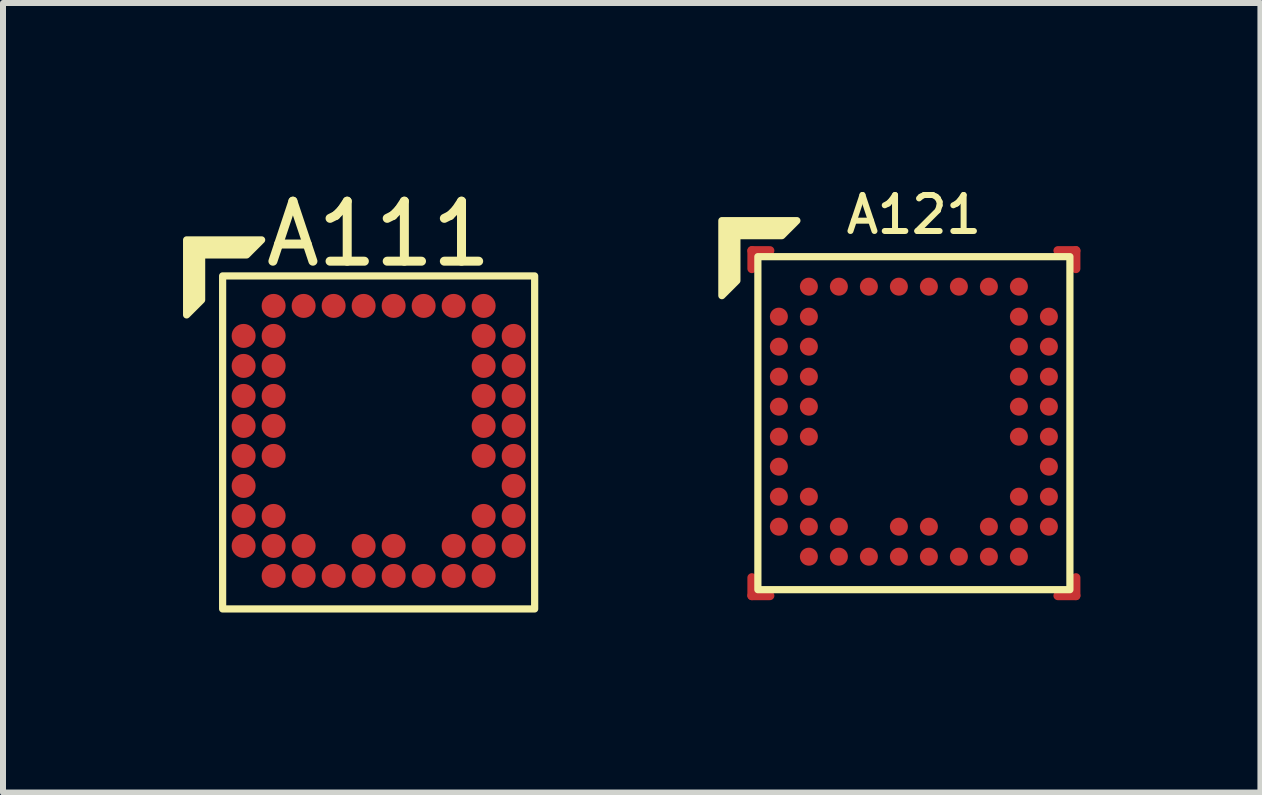
<source format=kicad_pcb>
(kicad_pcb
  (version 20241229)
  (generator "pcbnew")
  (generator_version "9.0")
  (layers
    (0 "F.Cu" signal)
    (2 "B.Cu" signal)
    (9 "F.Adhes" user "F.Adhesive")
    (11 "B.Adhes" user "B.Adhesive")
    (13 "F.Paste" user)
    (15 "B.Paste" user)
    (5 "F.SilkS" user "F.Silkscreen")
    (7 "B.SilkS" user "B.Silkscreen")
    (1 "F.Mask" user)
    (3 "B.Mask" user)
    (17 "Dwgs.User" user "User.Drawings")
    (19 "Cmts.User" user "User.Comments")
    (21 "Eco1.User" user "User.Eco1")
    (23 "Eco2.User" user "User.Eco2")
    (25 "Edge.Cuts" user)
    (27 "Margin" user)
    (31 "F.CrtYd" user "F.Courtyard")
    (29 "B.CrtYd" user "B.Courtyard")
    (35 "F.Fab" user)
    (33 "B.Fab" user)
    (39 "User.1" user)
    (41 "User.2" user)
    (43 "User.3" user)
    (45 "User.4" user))
  (footprint "A111"
    (layer "F.Cu")
    (at 3.26 4.298)
    (property "Reference" "A111" (at 0 -3.45 0) (unlocked yes) (layer "F.SilkS") (effects (font (size 1 1) (thickness 0.15))))
    (attr smd)
    (fp_rect (start -2.6 -2.75) (end 2.6 2.8) (stroke (width 0.12) (type solid)) (fill no) (layer "F.SilkS"))
    (fp_poly (pts (xy -2.2 -3.1) (xy -2.95 -3.1) (xy -2.95 -2.35) (xy -3.2 -2.1) (xy -3.2 -3.35) (xy -1.95 -3.35)) (stroke (width 0.12) (type solid)) (fill yes) (layer "F.SilkS"))
    (pad "A2" smd circle (at -1.75 -2.25) (size 0.4 0.4) (layers "F.Cu" "F.Mask" "F.Paste"))
    (pad "A3" smd circle (at -1.25 -2.25) (size 0.4 0.4) (layers "F.Cu" "F.Mask" "F.Paste"))
    (pad "A4" smd circle (at -0.75 -2.25) (size 0.4 0.4) (layers "F.Cu" "F.Mask" "F.Paste"))
    (pad "A5" smd circle (at -0.25 -2.25) (size 0.4 0.4) (layers "F.Cu" "F.Mask" "F.Paste"))
    (pad "A6" smd circle (at 0.25 -2.25) (size 0.4 0.4) (layers "F.Cu" "F.Mask" "F.Paste"))
    (pad "A7" smd circle (at 0.75 -2.25) (size 0.4 0.4) (layers "F.Cu" "F.Mask" "F.Paste"))
    (pad "A8" smd circle (at 1.25 -2.25) (size 0.4 0.4) (layers "F.Cu" "F.Mask" "F.Paste"))
    (pad "A9" smd circle (at 1.75 -2.25) (size 0.4 0.4) (layers "F.Cu" "F.Mask" "F.Paste"))
    (pad "B1" smd circle (at -2.25 -1.75) (size 0.4 0.4) (layers "F.Cu" "F.Mask" "F.Paste"))
    (pad "B2" smd circle (at -1.75 -1.75) (size 0.4 0.4) (layers "F.Cu" "F.Mask" "F.Paste"))
    (pad "B9" smd circle (at 1.75 -1.75) (size 0.4 0.4) (layers "F.Cu" "F.Mask" "F.Paste"))
    (pad "B10" smd circle (at 2.25 -1.75) (size 0.4 0.4) (layers "F.Cu" "F.Mask" "F.Paste"))
    (pad "C1" smd circle (at -2.25 -1.25) (size 0.4 0.4) (layers "F.Cu" "F.Mask" "F.Paste"))
    (pad "C2" smd circle (at -1.75 -1.25) (size 0.4 0.4) (layers "F.Cu" "F.Mask" "F.Paste"))
    (pad "C9" smd circle (at 1.75 -1.25) (size 0.4 0.4) (layers "F.Cu" "F.Mask" "F.Paste"))
    (pad "C10" smd circle (at 2.25 -1.25) (size 0.4 0.4) (layers "F.Cu" "F.Mask" "F.Paste"))
    (pad "D1" smd circle (at -2.25 -0.75) (size 0.4 0.4) (layers "F.Cu" "F.Mask" "F.Paste"))
    (pad "D2" smd circle (at -1.75 -0.75) (size 0.4 0.4) (layers "F.Cu" "F.Mask" "F.Paste"))
    (pad "D9" smd circle (at 1.75 -0.75) (size 0.4 0.4) (layers "F.Cu" "F.Mask" "F.Paste"))
    (pad "D10" smd circle (at 2.25 -0.75) (size 0.4 0.4) (layers "F.Cu" "F.Mask" "F.Paste"))
    (pad "E1" smd circle (at -2.25 -0.25) (size 0.4 0.4) (layers "F.Cu" "F.Mask" "F.Paste"))
    (pad "E2" smd circle (at -1.75 -0.25) (size 0.4 0.4) (layers "F.Cu" "F.Mask" "F.Paste"))
    (pad "E9" smd circle (at 1.75 -0.25) (size 0.4 0.4) (layers "F.Cu" "F.Mask" "F.Paste"))
    (pad "E10" smd circle (at 2.25 -0.25) (size 0.4 0.4) (layers "F.Cu" "F.Mask" "F.Paste"))
    (pad "F1" smd circle (at -2.25 0.25) (size 0.4 0.4) (layers "F.Cu" "F.Mask" "F.Paste"))
    (pad "F2" smd circle (at -1.75 0.25) (size 0.4 0.4) (layers "F.Cu" "F.Mask" "F.Paste"))
    (pad "F9" smd circle (at 1.75 0.25) (size 0.4 0.4) (layers "F.Cu" "F.Mask" "F.Paste"))
    (pad "F10" smd circle (at 2.25 0.25) (size 0.4 0.4) (layers "F.Cu" "F.Mask" "F.Paste"))
    (pad "G1" smd circle (at -2.25 0.75) (size 0.4 0.4) (layers "F.Cu" "F.Mask" "F.Paste"))
    (pad "G10" smd circle (at 2.25 0.75) (size 0.4 0.4) (layers "F.Cu" "F.Mask" "F.Paste"))
    (pad "H1" smd circle (at -2.25 1.25) (size 0.4 0.4) (layers "F.Cu" "F.Mask" "F.Paste"))
    (pad "H2" smd circle (at -1.75 1.25) (size 0.4 0.4) (layers "F.Cu" "F.Mask" "F.Paste"))
    (pad "H9" smd circle (at 1.75 1.25) (size 0.4 0.4) (layers "F.Cu" "F.Mask" "F.Paste"))
    (pad "H10" smd circle (at 2.25 1.25) (size 0.4 0.4) (layers "F.Cu" "F.Mask" "F.Paste"))
    (pad "J1" smd circle (at -2.25 1.75) (size 0.4 0.4) (layers "F.Cu" "F.Mask" "F.Paste"))
    (pad "J2" smd circle (at -1.75 1.75) (size 0.4 0.4) (layers "F.Cu" "F.Mask" "F.Paste"))
    (pad "J3" smd circle (at -1.25 1.75) (size 0.4 0.4) (layers "F.Cu" "F.Mask" "F.Paste"))
    (pad "J5" smd circle (at -0.25 1.75) (size 0.4 0.4) (layers "F.Cu" "F.Mask" "F.Paste"))
    (pad "J6" smd circle (at 0.25 1.75) (size 0.4 0.4) (layers "F.Cu" "F.Mask" "F.Paste"))
    (pad "J8" smd circle (at 1.25 1.75) (size 0.4 0.4) (layers "F.Cu" "F.Mask" "F.Paste"))
    (pad "J9" smd circle (at 1.75 1.75) (size 0.4 0.4) (layers "F.Cu" "F.Mask" "F.Paste"))
    (pad "J10" smd circle (at 2.25 1.75) (size 0.4 0.4) (layers "F.Cu" "F.Mask" "F.Paste"))
    (pad "K2" smd circle (at -1.75 2.25) (size 0.4 0.4) (layers "F.Cu" "F.Mask" "F.Paste"))
    (pad "K3" smd circle (at -1.25 2.25) (size 0.4 0.4) (layers "F.Cu" "F.Mask" "F.Paste"))
    (pad "K4" smd circle (at -0.75 2.25) (size 0.4 0.4) (layers "F.Cu" "F.Mask" "F.Paste"))
    (pad "K5" smd circle (at -0.25 2.25) (size 0.4 0.4) (layers "F.Cu" "F.Mask" "F.Paste"))
    (pad "K6" smd circle (at 0.25 2.25) (size 0.4 0.4) (layers "F.Cu" "F.Mask" "F.Paste"))
    (pad "K7" smd circle (at 0.75 2.25) (size 0.4 0.4) (layers "F.Cu" "F.Mask" "F.Paste"))
    (pad "K8" smd circle (at 1.25 2.25) (size 0.4 0.4) (layers "F.Cu" "F.Mask" "F.Paste"))
    (pad "K9" smd circle (at 1.75 2.25) (size 0.4 0.4) (layers "F.Cu" "F.Mask" "F.Paste")))
  (footprint "A121"
    (layer "F.Cu")
    (at 12.18 3.977)
    (property "Reference" "A121" (at 0 -3.45 0) (unlocked yes) (layer "F.SilkS") (effects (font (size 0.6 0.6) (thickness 0.1) (bold yes))))
    (attr smd)
    (fp_line (start -2.7 -2.85) (end -2.7 -2.55) (stroke (width 0.15) (type default)) (layer "F.Cu"))
    (fp_line (start -2.7 -2.85) (end -2.4 -2.85) (stroke (width 0.15) (type default)) (layer "F.Cu"))
    (fp_line (start -2.7 2.9) (end -2.7 2.6) (stroke (width 0.15) (type default)) (layer "F.Cu"))
    (fp_line (start -2.7 2.9) (end -2.4 2.9) (stroke (width 0.15) (type default)) (layer "F.Cu"))
    (fp_line (start 2.7 -2.85) (end 2.4 -2.85) (stroke (width 0.15) (type default)) (layer "F.Cu"))
    (fp_line (start 2.7 -2.85) (end 2.7 -2.55) (stroke (width 0.15) (type default)) (layer "F.Cu"))
    (fp_line (start 2.7 2.9) (end 2.4 2.9) (stroke (width 0.15) (type default)) (layer "F.Cu"))
    (fp_line (start 2.7 2.9) (end 2.7 2.6) (stroke (width 0.15) (type default)) (layer "F.Cu"))
    (fp_line (start -2.7 -2.85) (end -2.7 -2.55) (stroke (width 0.15) (type default)) (layer "F.Mask"))
    (fp_line (start -2.7 -2.85) (end -2.4 -2.85) (stroke (width 0.15) (type default)) (layer "F.Mask"))
    (fp_line (start -2.7 2.6) (end -2.7 2.9) (stroke (width 0.15) (type default)) (layer "F.Mask"))
    (fp_line (start -2.4 2.9) (end -2.7 2.9) (stroke (width 0.15) (type default)) (layer "F.Mask"))
    (fp_line (start 2.7 -2.85) (end 2.4 -2.85) (stroke (width 0.15) (type default)) (layer "F.Mask"))
    (fp_line (start 2.7 -2.85) (end 2.7 -2.55) (stroke (width 0.15) (type default)) (layer "F.Mask"))
    (fp_line (start 2.7 2.9) (end 2.4 2.9) (stroke (width 0.15) (type default)) (layer "F.Mask"))
    (fp_line (start 2.7 2.9) (end 2.7 2.6) (stroke (width 0.15) (type default)) (layer "F.Mask"))
    (fp_rect (start -2.6 -2.75) (end 2.6 2.8) (stroke (width 0.12) (type solid)) (fill no) (layer "F.SilkS"))
    (fp_poly (pts (xy -2.2 -3.1) (xy -2.95 -3.1) (xy -2.95 -2.35) (xy -3.2 -2.1) (xy -3.2 -3.35) (xy -1.95 -3.35)) (stroke (width 0.12) (type solid)) (fill yes) (layer "F.SilkS"))
    (pad "A2" smd circle (at -1.75 -2.25) (size 0.3 0.3) (layers "F.Cu" "F.Mask" "F.Paste"))
    (pad "A3" smd circle (at -1.25 -2.25) (size 0.3 0.3) (layers "F.Cu" "F.Mask" "F.Paste"))
    (pad "A4" smd circle (at -0.75 -2.25) (size 0.3 0.3) (layers "F.Cu" "F.Mask" "F.Paste"))
    (pad "A5" smd circle (at -0.25 -2.25) (size 0.3 0.3) (layers "F.Cu" "F.Mask" "F.Paste"))
    (pad "A6" smd circle (at 0.25 -2.25) (size 0.3 0.3) (layers "F.Cu" "F.Mask" "F.Paste"))
    (pad "A7" smd circle (at 0.75 -2.25) (size 0.3 0.3) (layers "F.Cu" "F.Mask" "F.Paste"))
    (pad "A8" smd circle (at 1.25 -2.25) (size 0.3 0.3) (layers "F.Cu" "F.Mask" "F.Paste"))
    (pad "A9" smd circle (at 1.75 -2.25) (size 0.3 0.3) (layers "F.Cu" "F.Mask" "F.Paste"))
    (pad "B1" smd circle (at -2.25 -1.75) (size 0.3 0.3) (layers "F.Cu" "F.Mask" "F.Paste"))
    (pad "B2" smd circle (at -1.75 -1.75) (size 0.3 0.3) (layers "F.Cu" "F.Mask" "F.Paste"))
    (pad "B9" smd circle (at 1.75 -1.75) (size 0.3 0.3) (layers "F.Cu" "F.Mask" "F.Paste"))
    (pad "B10" smd circle (at 2.25 -1.75) (size 0.3 0.3) (layers "F.Cu" "F.Mask" "F.Paste"))
    (pad "C1" smd circle (at -2.25 -1.25) (size 0.3 0.3) (layers "F.Cu" "F.Mask" "F.Paste"))
    (pad "C2" smd circle (at -1.75 -1.25) (size 0.3 0.3) (layers "F.Cu" "F.Mask" "F.Paste"))
    (pad "C9" smd circle (at 1.75 -1.25) (size 0.3 0.3) (layers "F.Cu" "F.Mask" "F.Paste"))
    (pad "C10" smd circle (at 2.25 -1.25) (size 0.3 0.3) (layers "F.Cu" "F.Mask" "F.Paste"))
    (pad "D1" smd circle (at -2.25 -0.75) (size 0.3 0.3) (layers "F.Cu" "F.Mask" "F.Paste"))
    (pad "D2" smd circle (at -1.75 -0.75) (size 0.3 0.3) (layers "F.Cu" "F.Mask" "F.Paste"))
    (pad "D9" smd circle (at 1.75 -0.75) (size 0.3 0.3) (layers "F.Cu" "F.Mask" "F.Paste"))
    (pad "D10" smd circle (at 2.25 -0.75) (size 0.3 0.3) (layers "F.Cu" "F.Mask" "F.Paste"))
    (pad "E1" smd circle (at -2.25 -0.25) (size 0.3 0.3) (layers "F.Cu" "F.Mask" "F.Paste"))
    (pad "E2" smd circle (at -1.75 -0.25) (size 0.3 0.3) (layers "F.Cu" "F.Mask" "F.Paste"))
    (pad "E9" smd circle (at 1.75 -0.25) (size 0.3 0.3) (layers "F.Cu" "F.Mask" "F.Paste"))
    (pad "E10" smd circle (at 2.25 -0.25) (size 0.3 0.3) (layers "F.Cu" "F.Mask" "F.Paste"))
    (pad "F1" smd circle (at -2.25 0.25) (size 0.3 0.3) (layers "F.Cu" "F.Mask" "F.Paste"))
    (pad "F2" smd circle (at -1.75 0.25) (size 0.3 0.3) (layers "F.Cu" "F.Mask" "F.Paste"))
    (pad "F9" smd circle (at 1.75 0.25) (size 0.3 0.3) (layers "F.Cu" "F.Mask" "F.Paste"))
    (pad "F10" smd circle (at 2.25 0.25) (size 0.3 0.3) (layers "F.Cu" "F.Mask" "F.Paste"))
    (pad "G1" smd circle (at -2.25 0.75) (size 0.3 0.3) (layers "F.Cu" "F.Mask" "F.Paste"))
    (pad "G10" smd circle (at 2.25 0.75) (size 0.3 0.3) (layers "F.Cu" "F.Mask" "F.Paste"))
    (pad "H1" smd circle (at -2.25 1.25) (size 0.3 0.3) (layers "F.Cu" "F.Mask" "F.Paste"))
    (pad "H2" smd circle (at -1.75 1.25) (size 0.3 0.3) (layers "F.Cu" "F.Mask" "F.Paste"))
    (pad "H9" smd circle (at 1.75 1.25) (size 0.3 0.3) (layers "F.Cu" "F.Mask" "F.Paste"))
    (pad "H10" smd circle (at 2.25 1.25) (size 0.3 0.3) (layers "F.Cu" "F.Mask" "F.Paste"))
    (pad "J1" smd circle (at -2.25 1.75) (size 0.3 0.3) (layers "F.Cu" "F.Mask" "F.Paste"))
    (pad "J2" smd circle (at -1.75 1.75) (size 0.3 0.3) (layers "F.Cu" "F.Mask" "F.Paste"))
    (pad "J3" smd circle (at -1.25 1.75) (size 0.3 0.3) (layers "F.Cu" "F.Mask" "F.Paste"))
    (pad "J5" smd circle (at -0.25 1.75) (size 0.3 0.3) (layers "F.Cu" "F.Mask" "F.Paste"))
    (pad "J6" smd circle (at 0.25 1.75) (size 0.3 0.3) (layers "F.Cu" "F.Mask" "F.Paste"))
    (pad "J8" smd circle (at 1.25 1.75) (size 0.3 0.3) (layers "F.Cu" "F.Mask" "F.Paste"))
    (pad "J9" smd circle (at 1.75 1.75) (size 0.3 0.3) (layers "F.Cu" "F.Mask" "F.Paste"))
    (pad "J10" smd circle (at 2.25 1.75) (size 0.3 0.3) (layers "F.Cu" "F.Mask" "F.Paste"))
    (pad "K2" smd circle (at -1.75 2.25) (size 0.3 0.3) (layers "F.Cu" "F.Mask" "F.Paste"))
    (pad "K3" smd circle (at -1.25 2.25) (size 0.3 0.3) (layers "F.Cu" "F.Mask" "F.Paste"))
    (pad "K4" smd circle (at -0.75 2.25) (size 0.3 0.3) (layers "F.Cu" "F.Mask" "F.Paste"))
    (pad "K5" smd circle (at -0.25 2.25) (size 0.3 0.3) (layers "F.Cu" "F.Mask" "F.Paste"))
    (pad "K6" smd circle (at 0.25 2.25) (size 0.3 0.3) (layers "F.Cu" "F.Mask" "F.Paste"))
    (pad "K7" smd circle (at 0.75 2.25) (size 0.3 0.3) (layers "F.Cu" "F.Mask" "F.Paste"))
    (pad "K8" smd circle (at 1.25 2.25) (size 0.3 0.3) (layers "F.Cu" "F.Mask" "F.Paste"))
    (pad "K9" smd circle (at 1.75 2.25) (size 0.3 0.3) (layers "F.Cu" "F.Mask" "F.Paste")))
  (gr_rect
    (start -3 -3)
    (end 17.955 10.158)
    (stroke (width 0.1) (type default))
    (fill no)
    (layer "Edge.Cuts")))
</source>
